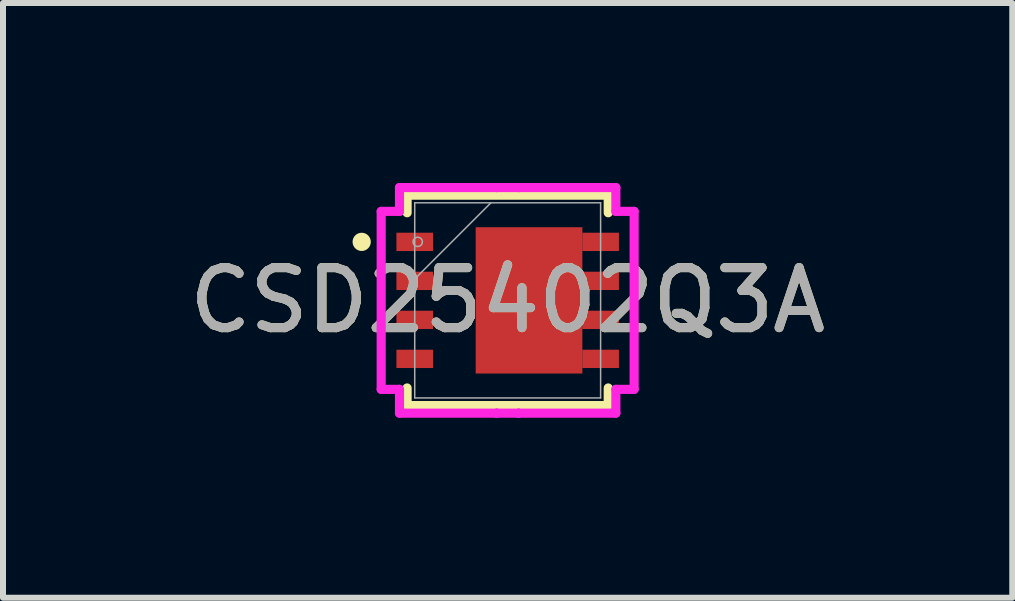
<source format=kicad_pcb>
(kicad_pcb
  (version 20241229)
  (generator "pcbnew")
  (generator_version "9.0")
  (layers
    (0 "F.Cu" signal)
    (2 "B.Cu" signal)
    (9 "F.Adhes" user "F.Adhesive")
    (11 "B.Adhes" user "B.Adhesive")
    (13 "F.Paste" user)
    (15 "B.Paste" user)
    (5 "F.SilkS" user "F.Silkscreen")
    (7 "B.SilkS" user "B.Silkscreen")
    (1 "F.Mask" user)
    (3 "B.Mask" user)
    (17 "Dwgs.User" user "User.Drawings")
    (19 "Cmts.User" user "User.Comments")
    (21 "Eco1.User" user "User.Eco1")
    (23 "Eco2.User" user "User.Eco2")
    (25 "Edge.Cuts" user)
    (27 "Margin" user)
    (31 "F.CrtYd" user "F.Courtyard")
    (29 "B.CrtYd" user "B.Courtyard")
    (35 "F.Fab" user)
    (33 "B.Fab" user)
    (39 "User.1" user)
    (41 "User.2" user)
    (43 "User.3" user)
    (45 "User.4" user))
  (footprint "CSD25402Q3A"
    (layer "F.Cu")
    (at 5.411 1.956)
    (property "Reference" "CSD25402Q3A" (at 0 0 0) (unlocked yes) (layer "F.SilkS") (effects (font (size 1 1) (thickness 0.15))))
    (attr smd)
    (fp_line (start -1.676 -1.753) (end -1.676 -1.46) (stroke (width 0.152) (type solid)) (layer "F.SilkS"))
    (fp_line (start -1.676 1.46) (end -1.676 1.753) (stroke (width 0.152) (type solid)) (layer "F.SilkS"))
    (fp_line (start -1.676 1.753) (end 1.676 1.753) (stroke (width 0.152) (type solid)) (layer "F.SilkS"))
    (fp_line (start 1.676 -1.753) (end -1.676 -1.753) (stroke (width 0.152) (type solid)) (layer "F.SilkS"))
    (fp_line (start 1.676 -1.46) (end 1.676 -1.753) (stroke (width 0.152) (type solid)) (layer "F.SilkS"))
    (fp_line (start 1.676 1.753) (end 1.676 1.46) (stroke (width 0.152) (type solid)) (layer "F.SilkS"))
    (fp_circle (center -2.433 -0.975) (end -2.357 -0.975) (stroke (width 0.152) (type solid)) (fill no) (layer "F.SilkS"))
    (fp_poly (pts (xy -0.889 -1.219) (xy -0.889 1.219) (xy 0.889 1.219) (xy 0.889 -1.219)) (stroke (width 0) (type solid)) (fill yes) (layer "F.Paste"))
    (fp_line (start -2.108 -1.483) (end -1.803 -1.483) (stroke (width 0.152) (type solid)) (layer "F.CrtYd"))
    (fp_line (start -2.108 1.483) (end -2.108 -1.483) (stroke (width 0.152) (type solid)) (layer "F.CrtYd"))
    (fp_line (start -1.803 -1.88) (end -0.183 -1.88) (stroke (width 0.152) (type solid)) (layer "F.CrtYd"))
    (fp_line (start -1.803 -1.483) (end -1.803 -1.88) (stroke (width 0.152) (type solid)) (layer "F.CrtYd"))
    (fp_line (start -1.803 1.483) (end -2.108 1.483) (stroke (width 0.152) (type solid)) (layer "F.CrtYd"))
    (fp_line (start -1.803 1.88) (end -1.803 1.483) (stroke (width 0.152) (type solid)) (layer "F.CrtYd"))
    (fp_line (start -0.183 -1.88) (end -0.183 -1.88) (stroke (width 0.152) (type solid)) (layer "F.CrtYd"))
    (fp_line (start -0.183 -1.88) (end 0.183 -1.88) (stroke (width 0.152) (type solid)) (layer "F.CrtYd"))
    (fp_line (start -0.183 1.88) (end -1.803 1.88) (stroke (width 0.152) (type solid)) (layer "F.CrtYd"))
    (fp_line (start -0.183 1.88) (end -0.183 1.88) (stroke (width 0.152) (type solid)) (layer "F.CrtYd"))
    (fp_line (start 0.183 -1.88) (end 0.183 -1.88) (stroke (width 0.152) (type solid)) (layer "F.CrtYd"))
    (fp_line (start 0.183 -1.88) (end 1.803 -1.88) (stroke (width 0.152) (type solid)) (layer "F.CrtYd"))
    (fp_line (start 0.183 1.88) (end -0.183 1.88) (stroke (width 0.152) (type solid)) (layer "F.CrtYd"))
    (fp_line (start 0.183 1.88) (end 0.183 1.88) (stroke (width 0.152) (type solid)) (layer "F.CrtYd"))
    (fp_line (start 1.803 -1.88) (end 1.803 -1.483) (stroke (width 0.152) (type solid)) (layer "F.CrtYd"))
    (fp_line (start 1.803 -1.483) (end 2.108 -1.483) (stroke (width 0.152) (type solid)) (layer "F.CrtYd"))
    (fp_line (start 1.803 1.483) (end 1.803 1.88) (stroke (width 0.152) (type solid)) (layer "F.CrtYd"))
    (fp_line (start 1.803 1.88) (end 0.183 1.88) (stroke (width 0.152) (type solid)) (layer "F.CrtYd"))
    (fp_line (start 2.108 -1.483) (end 2.108 1.483) (stroke (width 0.152) (type solid)) (layer "F.CrtYd"))
    (fp_line (start 2.108 1.483) (end 1.803 1.483) (stroke (width 0.152) (type solid)) (layer "F.CrtYd"))
    (fp_line (start -1.549 -1.626) (end -1.549 1.626) (stroke (width 0.025) (type solid)) (layer "F.Fab"))
    (fp_line (start -1.549 -0.356) (end -0.279 -1.626) (stroke (width 0.025) (type solid)) (layer "F.Fab"))
    (fp_line (start -1.549 1.626) (end 1.549 1.626) (stroke (width 0.025) (type solid)) (layer "F.Fab"))
    (fp_line (start 1.549 -1.626) (end -1.549 -1.626) (stroke (width 0.025) (type solid)) (layer "F.Fab"))
    (fp_line (start 1.549 1.626) (end 1.549 -1.626) (stroke (width 0.025) (type solid)) (layer "F.Fab"))
    (fp_circle (center -1.499 -0.975) (end -1.422 -0.975) (stroke (width 0.025) (type solid)) (fill no) (layer "F.Fab"))
    (fp_text user "${REFERENCE}" (at 0 0 0) (unlocked yes) (layer "F.Fab") (effects (font (size 1 1) (thickness 0.15))))
    (pad "1" smd rect (at -1.549 -0.975) (size 0.61 0.305) (layers "F.Cu" "F.Mask" "F.Paste"))
    (pad "2" smd rect (at -1.549 -0.325) (size 0.61 0.305) (layers "F.Cu" "F.Mask" "F.Paste"))
    (pad "3" smd rect (at -1.549 0.325) (size 0.61 0.305) (layers "F.Cu" "F.Mask" "F.Paste"))
    (pad "4" smd rect (at -1.549 0.975) (size 0.61 0.305) (layers "F.Cu" "F.Mask" "F.Paste"))
    (pad "5" smd rect (at 1.549 0.975) (size 0.61 0.305) (layers "F.Cu" "F.Mask" "F.Paste"))
    (pad "6" smd rect (at 1.549 0.325) (size 0.61 0.305) (layers "F.Cu" "F.Mask" "F.Paste"))
    (pad "7" smd rect (at 1.549 -0.325) (size 0.61 0.305) (layers "F.Cu" "F.Mask" "F.Paste"))
    (pad "8" smd rect (at 1.549 -0.975) (size 0.61 0.305) (layers "F.Cu" "F.Mask" "F.Paste"))
    (pad "9" smd rect (at 0.356 0) (size 1.778 2.438) (layers "F.Cu" "F.Mask")))
  (gr_rect
    (start -3 -3)
    (end 13.821 6.912)
    (stroke (width 0.1) (type default))
    (fill no)
    (layer "Edge.Cuts")))
</source>
